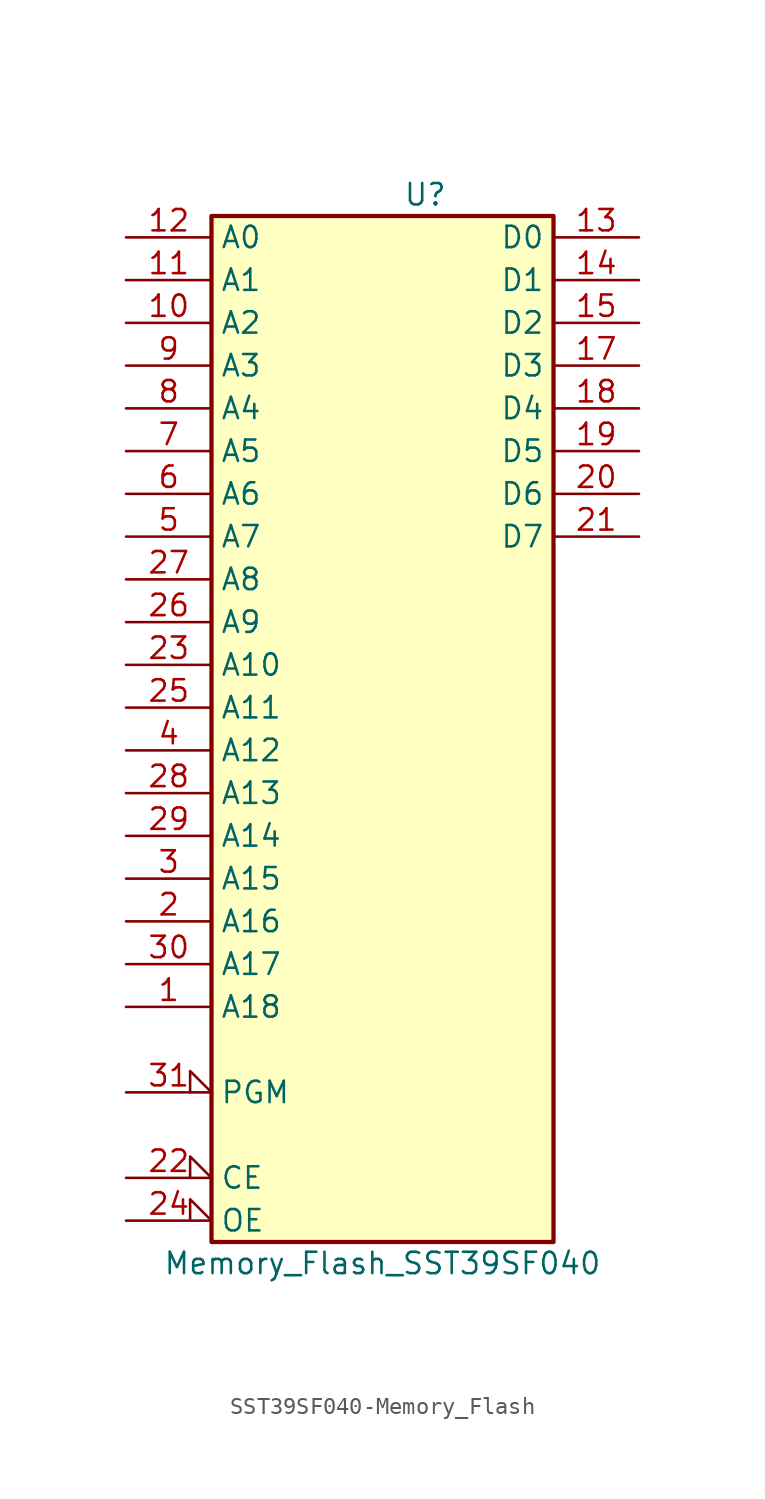
<source format=kicad_sym>
(kicad_symbol_lib
  (version 20231120)
  (generator "kicad_symbol_editor")
  (generator_version "8.0")
  (symbol "SST39SF040-Memory_Flash"
    (property "Reference" "U"
      (at 2.54 33.02 0)
      (effects (font (size 1.27 1.27))))
    (property "Value" "Memory_Flash_SST39SF040"
      (at 0 -30.48 0)
      (effects (font (size 1.27 1.27))))
    (symbol "SST39SF040-Memory_Flash_0_0"
      (pin power_in line (at 0 -30.48 90) (length 1.27) hide (name "GND" (effects (font (size 1.27 1.27)))) (number "16" (effects (font (size 1.27 1.27)))))
      (pin power_in line (at 0 33.02 270) (length 1.27) hide (name "VCC" (effects (font (size 1.27 1.27)))) (number "32" (effects (font (size 1.27 1.27))))))
    (symbol "SST39SF040-Memory_Flash_0_1"
      (rectangle (start -10.16 31.75) (end 10.16 -29.21) (stroke (width 0.254) (type solid)) (fill (type background))))
    (symbol "SST39SF040-Memory_Flash_1_1"
      (pin input line (at -15.24 -15.24 0) (length 5.08) (name "A18" (effects (font (size 1.27 1.27)))) (number "1" (effects (font (size 1.27 1.27)))))
      (pin input line (at -15.24 25.4 0) (length 5.08) (name "A2" (effects (font (size 1.27 1.27)))) (number "10" (effects (font (size 1.27 1.27)))))
      (pin input line (at -15.24 27.94 0) (length 5.08) (name "A1" (effects (font (size 1.27 1.27)))) (number "11" (effects (font (size 1.27 1.27)))))
      (pin input line (at -15.24 30.48 0) (length 5.08) (name "A0" (effects (font (size 1.27 1.27)))) (number "12" (effects (font (size 1.27 1.27)))))
      (pin tri_state line (at 15.24 30.48 180) (length 5.08) (name "D0" (effects (font (size 1.27 1.27)))) (number "13" (effects (font (size 1.27 1.27)))))
      (pin tri_state line (at 15.24 27.94 180) (length 5.08) (name "D1" (effects (font (size 1.27 1.27)))) (number "14" (effects (font (size 1.27 1.27)))))
      (pin tri_state line (at 15.24 25.4 180) (length 5.08) (name "D2" (effects (font (size 1.27 1.27)))) (number "15" (effects (font (size 1.27 1.27)))))
      (pin tri_state line (at 15.24 22.86 180) (length 5.08) (name "D3" (effects (font (size 1.27 1.27)))) (number "17" (effects (font (size 1.27 1.27)))))
      (pin tri_state line (at 15.24 20.32 180) (length 5.08) (name "D4" (effects (font (size 1.27 1.27)))) (number "18" (effects (font (size 1.27 1.27)))))
      (pin tri_state line (at 15.24 17.78 180) (length 5.08) (name "D5" (effects (font (size 1.27 1.27)))) (number "19" (effects (font (size 1.27 1.27)))))
      (pin input line (at -15.24 -10.16 0) (length 5.08) (name "A16" (effects (font (size 1.27 1.27)))) (number "2" (effects (font (size 1.27 1.27)))))
      (pin tri_state line (at 15.24 15.24 180) (length 5.08) (name "D6" (effects (font (size 1.27 1.27)))) (number "20" (effects (font (size 1.27 1.27)))))
      (pin tri_state line (at 15.24 12.7 180) (length 5.08) (name "D7" (effects (font (size 1.27 1.27)))) (number "21" (effects (font (size 1.27 1.27)))))
      (pin input input_low (at -15.24 -25.4 0) (length 5.08) (name "CE" (effects (font (size 1.27 1.27)))) (number "22" (effects (font (size 1.27 1.27)))))
      (pin input line (at -15.24 5.08 0) (length 5.08) (name "A10" (effects (font (size 1.27 1.27)))) (number "23" (effects (font (size 1.27 1.27)))))
      (pin input input_low (at -15.24 -27.94 0) (length 5.08) (name "OE" (effects (font (size 1.27 1.27)))) (number "24" (effects (font (size 1.27 1.27)))))
      (pin input line (at -15.24 2.54 0) (length 5.08) (name "A11" (effects (font (size 1.27 1.27)))) (number "25" (effects (font (size 1.27 1.27)))))
      (pin input line (at -15.24 7.62 0) (length 5.08) (name "A9" (effects (font (size 1.27 1.27)))) (number "26" (effects (font (size 1.27 1.27)))))
      (pin input line (at -15.24 10.16 0) (length 5.08) (name "A8" (effects (font (size 1.27 1.27)))) (number "27" (effects (font (size 1.27 1.27)))))
      (pin input line (at -15.24 -2.54 0) (length 5.08) (name "A13" (effects (font (size 1.27 1.27)))) (number "28" (effects (font (size 1.27 1.27)))))
      (pin input line (at -15.24 -5.08 0) (length 5.08) (name "A14" (effects (font (size 1.27 1.27)))) (number "29" (effects (font (size 1.27 1.27)))))
      (pin input line (at -15.24 -7.62 0) (length 5.08) (name "A15" (effects (font (size 1.27 1.27)))) (number "3" (effects (font (size 1.27 1.27)))))
      (pin input line (at -15.24 -12.7 0) (length 5.08) (name "A17" (effects (font (size 1.27 1.27)))) (number "30" (effects (font (size 1.27 1.27)))))
      (pin input input_low (at -15.24 -20.32 0) (length 5.08) (name "PGM" (effects (font (size 1.27 1.27)))) (number "31" (effects (font (size 1.27 1.27)))))
      (pin input line (at -15.24 0 0) (length 5.08) (name "A12" (effects (font (size 1.27 1.27)))) (number "4" (effects (font (size 1.27 1.27)))))
      (pin input line (at -15.24 12.7 0) (length 5.08) (name "A7" (effects (font (size 1.27 1.27)))) (number "5" (effects (font (size 1.27 1.27)))))
      (pin input line (at -15.24 15.24 0) (length 5.08) (name "A6" (effects (font (size 1.27 1.27)))) (number "6" (effects (font (size 1.27 1.27)))))
      (pin input line (at -15.24 17.78 0) (length 5.08) (name "A5" (effects (font (size 1.27 1.27)))) (number "7" (effects (font (size 1.27 1.27)))))
      (pin input line (at -15.24 20.32 0) (length 5.08) (name "A4" (effects (font (size 1.27 1.27)))) (number "8" (effects (font (size 1.27 1.27)))))
      (pin input line (at -15.24 22.86 0) (length 5.08) (name "A3" (effects (font (size 1.27 1.27)))) (number "9" (effects (font (size 1.27 1.27))))))))
</source>
